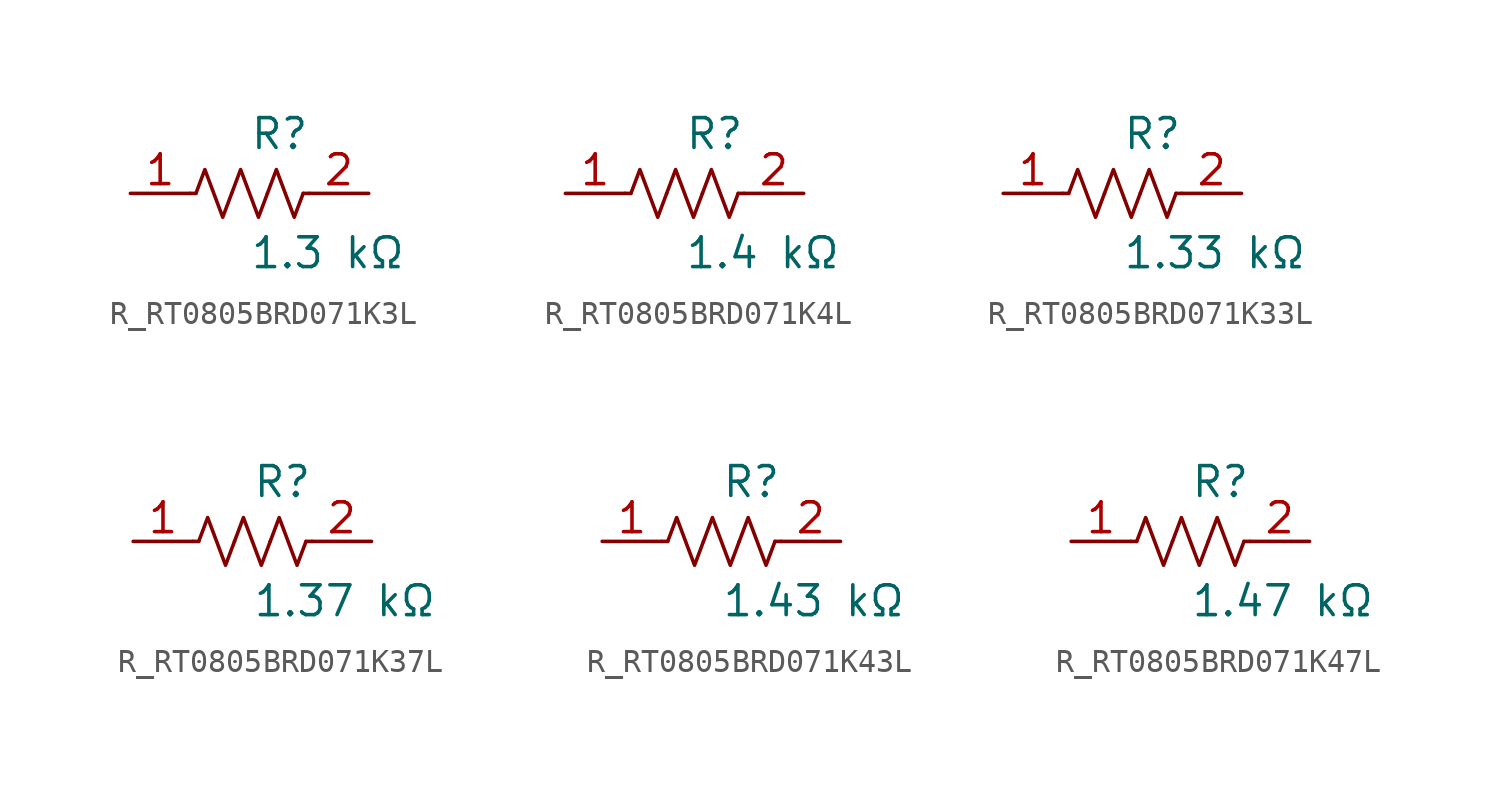
<source format=kicad_sym>
(kicad_symbol_lib
  (version 20231120)
  (generator kicad_symbol_editor)
  (generator_version 8.0)
  (symbol "R_RT0805BRD071K3L"
    (pin_names
      (offset 0.254))
    (property "Reference" "R"
      (at 0.0 2.54 0)
      (effects (font (size 1.27 1.27)) (justify left)))
    (property "Value" "1.3 kΩ"
      (at 0.0 -2.54 0)
      (effects (font (size 1.27 1.27)) (justify left)))
    (symbol "R_RT0805BRD071K3L_0_1"
      (polyline (pts (xy 2.286 0) (xy 2.54 0)) (stroke (width 0) (type default)) (fill (type none)))
      (polyline (pts (xy -2.286 0) (xy -2.54 0)) (stroke (width 0) (type default)) (fill (type none)))
      (polyline (pts (xy 0.762 0) (xy 1.143 1.016) (xy 1.524 0) (xy 1.905 -1.016) (xy 2.286 0)) (stroke (width 0) (type default)) (fill (type none)))
      (polyline (pts (xy -0.762 0) (xy -0.381 1.016) (xy 0 0) (xy 0.381 -1.016) (xy 0.762 0)) (stroke (width 0) (type default)) (fill (type none)))
      (polyline (pts (xy -2.286 0) (xy -1.905 1.016) (xy -1.524 0) (xy -1.143 -1.016) (xy -0.762 0)) (stroke (width 0) (type default)) (fill (type none))))
    (pin unspecified line
      (at -5.08 0 0)
      (length 2.54)
      (name "" (effects (font (size 1.27 1.27))))
      (number "1" (effects (font (size 1.27 1.27)))))
    (pin unspecified line
      (at 5.08 0 180)
      (length 2.54)
      (name "" (effects (font (size 1.27 1.27))))
      (number "2" (effects (font (size 1.27 1.27))))))
  (symbol "R_RT0805BRD071K4L"
    (pin_names
      (offset 0.254))
    (property "Reference" "R"
      (at 0.0 2.54 0)
      (effects (font (size 1.27 1.27)) (justify left)))
    (property "Value" "1.4 kΩ"
      (at 0.0 -2.54 0)
      (effects (font (size 1.27 1.27)) (justify left)))
    (symbol "R_RT0805BRD071K4L_0_1"
      (polyline (pts (xy 2.286 0) (xy 2.54 0)) (stroke (width 0) (type default)) (fill (type none)))
      (polyline (pts (xy -2.286 0) (xy -2.54 0)) (stroke (width 0) (type default)) (fill (type none)))
      (polyline (pts (xy 0.762 0) (xy 1.143 1.016) (xy 1.524 0) (xy 1.905 -1.016) (xy 2.286 0)) (stroke (width 0) (type default)) (fill (type none)))
      (polyline (pts (xy -0.762 0) (xy -0.381 1.016) (xy 0 0) (xy 0.381 -1.016) (xy 0.762 0)) (stroke (width 0) (type default)) (fill (type none)))
      (polyline (pts (xy -2.286 0) (xy -1.905 1.016) (xy -1.524 0) (xy -1.143 -1.016) (xy -0.762 0)) (stroke (width 0) (type default)) (fill (type none))))
    (pin unspecified line
      (at -5.08 0 0)
      (length 2.54)
      (name "" (effects (font (size 1.27 1.27))))
      (number "1" (effects (font (size 1.27 1.27)))))
    (pin unspecified line
      (at 5.08 0 180)
      (length 2.54)
      (name "" (effects (font (size 1.27 1.27))))
      (number "2" (effects (font (size 1.27 1.27))))))
  (symbol "R_RT0805BRD071K33L"
    (pin_names
      (offset 0.254))
    (property "Reference" "R"
      (at 0.0 2.54 0)
      (effects (font (size 1.27 1.27)) (justify left)))
    (property "Value" "1.33 kΩ"
      (at 0.0 -2.54 0)
      (effects (font (size 1.27 1.27)) (justify left)))
    (symbol "R_RT0805BRD071K33L_0_1"
      (polyline (pts (xy 2.286 0) (xy 2.54 0)) (stroke (width 0) (type default)) (fill (type none)))
      (polyline (pts (xy -2.286 0) (xy -2.54 0)) (stroke (width 0) (type default)) (fill (type none)))
      (polyline (pts (xy 0.762 0) (xy 1.143 1.016) (xy 1.524 0) (xy 1.905 -1.016) (xy 2.286 0)) (stroke (width 0) (type default)) (fill (type none)))
      (polyline (pts (xy -0.762 0) (xy -0.381 1.016) (xy 0 0) (xy 0.381 -1.016) (xy 0.762 0)) (stroke (width 0) (type default)) (fill (type none)))
      (polyline (pts (xy -2.286 0) (xy -1.905 1.016) (xy -1.524 0) (xy -1.143 -1.016) (xy -0.762 0)) (stroke (width 0) (type default)) (fill (type none))))
    (pin unspecified line
      (at -5.08 0 0)
      (length 2.54)
      (name "" (effects (font (size 1.27 1.27))))
      (number "1" (effects (font (size 1.27 1.27)))))
    (pin unspecified line
      (at 5.08 0 180)
      (length 2.54)
      (name "" (effects (font (size 1.27 1.27))))
      (number "2" (effects (font (size 1.27 1.27))))))
  (symbol "R_RT0805BRD071K37L"
    (pin_names
      (offset 0.254))
    (property "Reference" "R"
      (at 0.0 2.54 0)
      (effects (font (size 1.27 1.27)) (justify left)))
    (property "Value" "1.37 kΩ"
      (at 0.0 -2.54 0)
      (effects (font (size 1.27 1.27)) (justify left)))
    (symbol "R_RT0805BRD071K37L_0_1"
      (polyline (pts (xy 2.286 0) (xy 2.54 0)) (stroke (width 0) (type default)) (fill (type none)))
      (polyline (pts (xy -2.286 0) (xy -2.54 0)) (stroke (width 0) (type default)) (fill (type none)))
      (polyline (pts (xy 0.762 0) (xy 1.143 1.016) (xy 1.524 0) (xy 1.905 -1.016) (xy 2.286 0)) (stroke (width 0) (type default)) (fill (type none)))
      (polyline (pts (xy -0.762 0) (xy -0.381 1.016) (xy 0 0) (xy 0.381 -1.016) (xy 0.762 0)) (stroke (width 0) (type default)) (fill (type none)))
      (polyline (pts (xy -2.286 0) (xy -1.905 1.016) (xy -1.524 0) (xy -1.143 -1.016) (xy -0.762 0)) (stroke (width 0) (type default)) (fill (type none))))
    (pin unspecified line
      (at -5.08 0 0)
      (length 2.54)
      (name "" (effects (font (size 1.27 1.27))))
      (number "1" (effects (font (size 1.27 1.27)))))
    (pin unspecified line
      (at 5.08 0 180)
      (length 2.54)
      (name "" (effects (font (size 1.27 1.27))))
      (number "2" (effects (font (size 1.27 1.27))))))
  (symbol "R_RT0805BRD071K43L"
    (pin_names
      (offset 0.254))
    (property "Reference" "R"
      (at 0.0 2.54 0)
      (effects (font (size 1.27 1.27)) (justify left)))
    (property "Value" "1.43 kΩ"
      (at 0.0 -2.54 0)
      (effects (font (size 1.27 1.27)) (justify left)))
    (symbol "R_RT0805BRD071K43L_0_1"
      (polyline (pts (xy 2.286 0) (xy 2.54 0)) (stroke (width 0) (type default)) (fill (type none)))
      (polyline (pts (xy -2.286 0) (xy -2.54 0)) (stroke (width 0) (type default)) (fill (type none)))
      (polyline (pts (xy 0.762 0) (xy 1.143 1.016) (xy 1.524 0) (xy 1.905 -1.016) (xy 2.286 0)) (stroke (width 0) (type default)) (fill (type none)))
      (polyline (pts (xy -0.762 0) (xy -0.381 1.016) (xy 0 0) (xy 0.381 -1.016) (xy 0.762 0)) (stroke (width 0) (type default)) (fill (type none)))
      (polyline (pts (xy -2.286 0) (xy -1.905 1.016) (xy -1.524 0) (xy -1.143 -1.016) (xy -0.762 0)) (stroke (width 0) (type default)) (fill (type none))))
    (pin unspecified line
      (at -5.08 0 0)
      (length 2.54)
      (name "" (effects (font (size 1.27 1.27))))
      (number "1" (effects (font (size 1.27 1.27)))))
    (pin unspecified line
      (at 5.08 0 180)
      (length 2.54)
      (name "" (effects (font (size 1.27 1.27))))
      (number "2" (effects (font (size 1.27 1.27))))))
  (symbol "R_RT0805BRD071K47L"
    (pin_names
      (offset 0.254))
    (property "Reference" "R"
      (at 0.0 2.54 0)
      (effects (font (size 1.27 1.27)) (justify left)))
    (property "Value" "1.47 kΩ"
      (at 0.0 -2.54 0)
      (effects (font (size 1.27 1.27)) (justify left)))
    (symbol "R_RT0805BRD071K47L_0_1"
      (polyline (pts (xy 2.286 0) (xy 2.54 0)) (stroke (width 0) (type default)) (fill (type none)))
      (polyline (pts (xy -2.286 0) (xy -2.54 0)) (stroke (width 0) (type default)) (fill (type none)))
      (polyline (pts (xy 0.762 0) (xy 1.143 1.016) (xy 1.524 0) (xy 1.905 -1.016) (xy 2.286 0)) (stroke (width 0) (type default)) (fill (type none)))
      (polyline (pts (xy -0.762 0) (xy -0.381 1.016) (xy 0 0) (xy 0.381 -1.016) (xy 0.762 0)) (stroke (width 0) (type default)) (fill (type none)))
      (polyline (pts (xy -2.286 0) (xy -1.905 1.016) (xy -1.524 0) (xy -1.143 -1.016) (xy -0.762 0)) (stroke (width 0) (type default)) (fill (type none))))
    (pin unspecified line
      (at -5.08 0 0)
      (length 2.54)
      (name "" (effects (font (size 1.27 1.27))))
      (number "1" (effects (font (size 1.27 1.27)))))
    (pin unspecified line
      (at 5.08 0 180)
      (length 2.54)
      (name "" (effects (font (size 1.27 1.27))))
      (number "2" (effects (font (size 1.27 1.27)))))))
</source>
